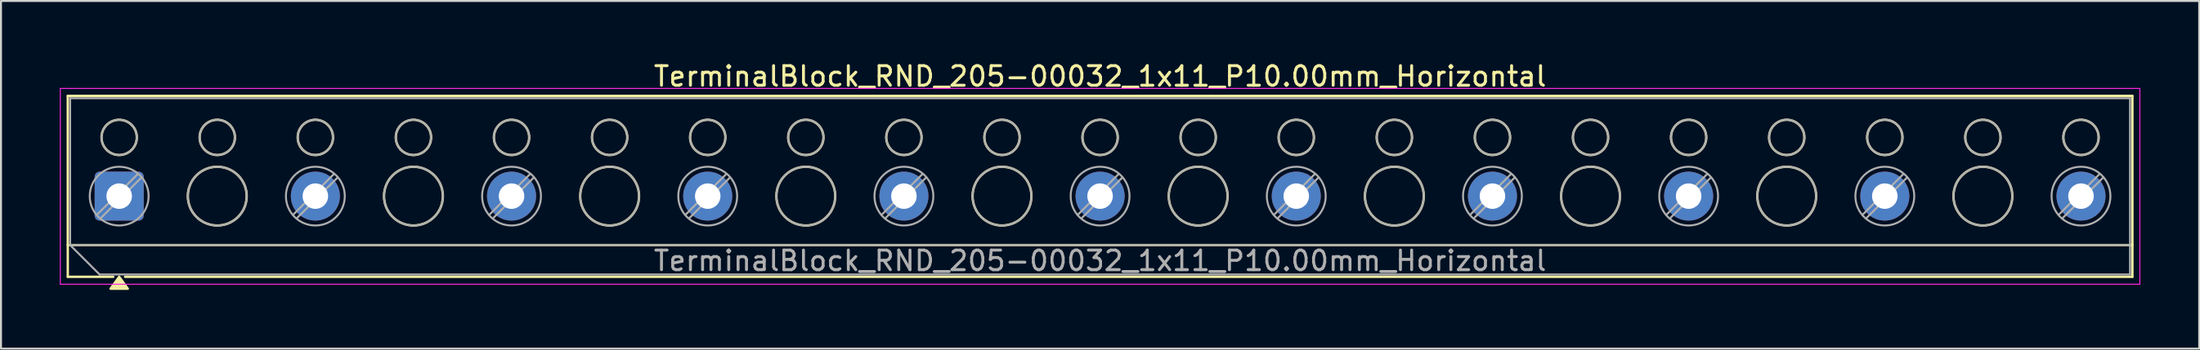
<source format=kicad_pcb>
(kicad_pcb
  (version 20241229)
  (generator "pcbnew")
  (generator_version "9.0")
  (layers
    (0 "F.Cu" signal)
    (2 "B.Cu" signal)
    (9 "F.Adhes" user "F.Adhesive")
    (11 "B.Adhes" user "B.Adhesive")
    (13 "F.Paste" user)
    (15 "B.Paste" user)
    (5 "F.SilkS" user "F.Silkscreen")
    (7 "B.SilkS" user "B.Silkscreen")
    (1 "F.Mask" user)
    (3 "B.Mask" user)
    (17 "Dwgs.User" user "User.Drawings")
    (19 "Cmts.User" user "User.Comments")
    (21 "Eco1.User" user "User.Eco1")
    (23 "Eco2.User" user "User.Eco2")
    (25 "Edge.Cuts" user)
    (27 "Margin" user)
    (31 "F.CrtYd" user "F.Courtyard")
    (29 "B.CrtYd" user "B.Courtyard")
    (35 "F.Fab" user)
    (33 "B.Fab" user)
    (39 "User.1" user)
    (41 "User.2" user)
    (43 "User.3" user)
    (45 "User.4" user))
  (footprint "TerminalBlock_RND_205-00032_1x11_P10.00mm_Horizontal"
    (layer "F.Cu")
    (at 3.025 6.968)
    (property "Reference" "TerminalBlock_RND_205-00032_1x11_P10.00mm_Horizontal" (at 50 -6.12 0) (layer "F.SilkS") (effects (font (size 1 1) (thickness 0.15))))
    (attr through_hole)
    (fp_line (start -2.62 -5.12) (end -2.62 4.12) (stroke (width 0.12) (type solid)) (layer "F.SilkS"))
    (fp_line (start -2.62 -5.12) (end 102.62 -5.12) (stroke (width 0.12) (type solid)) (layer "F.SilkS"))
    (fp_line (start -2.62 2.5) (end 102.62 2.5) (stroke (width 0.12) (type solid)) (layer "F.SilkS"))
    (fp_line (start -2.62 4.12) (end -0.3 4.12) (stroke (width 0.12) (type solid)) (layer "F.SilkS"))
    (fp_line (start 0.3 4.12) (end 102.62 4.12) (stroke (width 0.12) (type solid)) (layer "F.SilkS"))
    (fp_line (start 102.62 -5.12) (end 102.62 4.12) (stroke (width 0.12) (type solid)) (layer "F.SilkS"))
    (fp_circle (center 0 -3) (end 0.9 -3) (stroke (width 0.12) (type solid)) (fill no) (layer "F.SilkS"))
    (fp_circle (center 5 -3) (end 5.9 -3) (stroke (width 0.12) (type solid)) (fill no) (layer "F.SilkS"))
    (fp_circle (center 5 0) (end 6.5 0) (stroke (width 0.12) (type solid)) (fill no) (layer "F.SilkS"))
    (fp_circle (center 10 -3) (end 10.9 -3) (stroke (width 0.12) (type solid)) (fill no) (layer "F.SilkS"))
    (fp_circle (center 15 -3) (end 15.9 -3) (stroke (width 0.12) (type solid)) (fill no) (layer "F.SilkS"))
    (fp_circle (center 15 0) (end 16.5 0) (stroke (width 0.12) (type solid)) (fill no) (layer "F.SilkS"))
    (fp_circle (center 20 -3) (end 20.9 -3) (stroke (width 0.12) (type solid)) (fill no) (layer "F.SilkS"))
    (fp_circle (center 25 -3) (end 25.9 -3) (stroke (width 0.12) (type solid)) (fill no) (layer "F.SilkS"))
    (fp_circle (center 25 0) (end 26.5 0) (stroke (width 0.12) (type solid)) (fill no) (layer "F.SilkS"))
    (fp_circle (center 30 -3) (end 30.9 -3) (stroke (width 0.12) (type solid)) (fill no) (layer "F.SilkS"))
    (fp_circle (center 35 -3) (end 35.9 -3) (stroke (width 0.12) (type solid)) (fill no) (layer "F.SilkS"))
    (fp_circle (center 35 0) (end 36.5 0) (stroke (width 0.12) (type solid)) (fill no) (layer "F.SilkS"))
    (fp_circle (center 40 -3) (end 40.9 -3) (stroke (width 0.12) (type solid)) (fill no) (layer "F.SilkS"))
    (fp_circle (center 45 -3) (end 45.9 -3) (stroke (width 0.12) (type solid)) (fill no) (layer "F.SilkS"))
    (fp_circle (center 45 0) (end 46.5 0) (stroke (width 0.12) (type solid)) (fill no) (layer "F.SilkS"))
    (fp_circle (center 50 -3) (end 50.9 -3) (stroke (width 0.12) (type solid)) (fill no) (layer "F.SilkS"))
    (fp_circle (center 55 -3) (end 55.9 -3) (stroke (width 0.12) (type solid)) (fill no) (layer "F.SilkS"))
    (fp_circle (center 55 0) (end 56.5 0) (stroke (width 0.12) (type solid)) (fill no) (layer "F.SilkS"))
    (fp_circle (center 60 -3) (end 60.9 -3) (stroke (width 0.12) (type solid)) (fill no) (layer "F.SilkS"))
    (fp_circle (center 65 -3) (end 65.9 -3) (stroke (width 0.12) (type solid)) (fill no) (layer "F.SilkS"))
    (fp_circle (center 65 0) (end 66.5 0) (stroke (width 0.12) (type solid)) (fill no) (layer "F.SilkS"))
    (fp_circle (center 70 -3) (end 70.9 -3) (stroke (width 0.12) (type solid)) (fill no) (layer "F.SilkS"))
    (fp_circle (center 75 -3) (end 75.9 -3) (stroke (width 0.12) (type solid)) (fill no) (layer "F.SilkS"))
    (fp_circle (center 75 0) (end 76.5 0) (stroke (width 0.12) (type solid)) (fill no) (layer "F.SilkS"))
    (fp_circle (center 80 -3) (end 80.9 -3) (stroke (width 0.12) (type solid)) (fill no) (layer "F.SilkS"))
    (fp_circle (center 85 -3) (end 85.9 -3) (stroke (width 0.12) (type solid)) (fill no) (layer "F.SilkS"))
    (fp_circle (center 85 0) (end 86.5 0) (stroke (width 0.12) (type solid)) (fill no) (layer "F.SilkS"))
    (fp_circle (center 90 -3) (end 90.9 -3) (stroke (width 0.12) (type solid)) (fill no) (layer "F.SilkS"))
    (fp_circle (center 95 -3) (end 95.9 -3) (stroke (width 0.12) (type solid)) (fill no) (layer "F.SilkS"))
    (fp_circle (center 95 0) (end 96.5 0) (stroke (width 0.12) (type solid)) (fill no) (layer "F.SilkS"))
    (fp_circle (center 100 -3) (end 100.9 -3) (stroke (width 0.12) (type solid)) (fill no) (layer "F.SilkS"))
    (fp_poly (pts (xy 0 4.12) (xy 0.44 4.73) (xy -0.44 4.73)) (stroke (width 0.12) (type solid)) (fill yes) (layer "F.SilkS"))
    (fp_line (start -3 -5.5) (end -3 4.5) (stroke (width 0.05) (type solid)) (layer "F.CrtYd"))
    (fp_line (start -3 4.5) (end 103 4.5) (stroke (width 0.05) (type solid)) (layer "F.CrtYd"))
    (fp_line (start 103 -5.5) (end -3 -5.5) (stroke (width 0.05) (type solid)) (layer "F.CrtYd"))
    (fp_line (start 103 4.5) (end 103 -5.5) (stroke (width 0.05) (type solid)) (layer "F.CrtYd"))
    (fp_line (start -2.5 -5) (end 102.5 -5) (stroke (width 0.1) (type solid)) (layer "F.Fab"))
    (fp_line (start -2.5 2.5) (end -2.5 -5) (stroke (width 0.1) (type solid)) (layer "F.Fab"))
    (fp_line (start -2.5 2.5) (end 102.5 2.5) (stroke (width 0.1) (type solid)) (layer "F.Fab"))
    (fp_line (start -1 4) (end -2.5 2.5) (stroke (width 0.1) (type solid)) (layer "F.Fab"))
    (fp_line (start 0.955 -1.138) (end -1.138 0.955) (stroke (width 0.1) (type solid)) (layer "F.Fab"))
    (fp_line (start 1.138 -0.955) (end -0.955 1.138) (stroke (width 0.1) (type solid)) (layer "F.Fab"))
    (fp_line (start 10.955 -1.138) (end 8.862 0.955) (stroke (width 0.1) (type solid)) (layer "F.Fab"))
    (fp_line (start 11.138 -0.955) (end 9.045 1.138) (stroke (width 0.1) (type solid)) (layer "F.Fab"))
    (fp_line (start 20.955 -1.138) (end 18.862 0.955) (stroke (width 0.1) (type solid)) (layer "F.Fab"))
    (fp_line (start 21.138 -0.955) (end 19.045 1.138) (stroke (width 0.1) (type solid)) (layer "F.Fab"))
    (fp_line (start 30.955 -1.138) (end 28.862 0.955) (stroke (width 0.1) (type solid)) (layer "F.Fab"))
    (fp_line (start 31.138 -0.955) (end 29.045 1.138) (stroke (width 0.1) (type solid)) (layer "F.Fab"))
    (fp_line (start 40.955 -1.138) (end 38.862 0.955) (stroke (width 0.1) (type solid)) (layer "F.Fab"))
    (fp_line (start 41.138 -0.955) (end 39.045 1.138) (stroke (width 0.1) (type solid)) (layer "F.Fab"))
    (fp_line (start 50.955 -1.138) (end 48.862 0.955) (stroke (width 0.1) (type solid)) (layer "F.Fab"))
    (fp_line (start 51.138 -0.955) (end 49.045 1.138) (stroke (width 0.1) (type solid)) (layer "F.Fab"))
    (fp_line (start 60.955 -1.138) (end 58.862 0.955) (stroke (width 0.1) (type solid)) (layer "F.Fab"))
    (fp_line (start 61.138 -0.955) (end 59.045 1.138) (stroke (width 0.1) (type solid)) (layer "F.Fab"))
    (fp_line (start 70.955 -1.138) (end 68.862 0.955) (stroke (width 0.1) (type solid)) (layer "F.Fab"))
    (fp_line (start 71.138 -0.955) (end 69.045 1.138) (stroke (width 0.1) (type solid)) (layer "F.Fab"))
    (fp_line (start 80.955 -1.138) (end 78.862 0.955) (stroke (width 0.1) (type solid)) (layer "F.Fab"))
    (fp_line (start 81.138 -0.955) (end 79.045 1.138) (stroke (width 0.1) (type solid)) (layer "F.Fab"))
    (fp_line (start 90.955 -1.138) (end 88.862 0.955) (stroke (width 0.1) (type solid)) (layer "F.Fab"))
    (fp_line (start 91.138 -0.955) (end 89.045 1.138) (stroke (width 0.1) (type solid)) (layer "F.Fab"))
    (fp_line (start 100.955 -1.138) (end 98.862 0.955) (stroke (width 0.1) (type solid)) (layer "F.Fab"))
    (fp_line (start 101.138 -0.955) (end 99.045 1.138) (stroke (width 0.1) (type solid)) (layer "F.Fab"))
    (fp_line (start 102.5 -5) (end 102.5 4) (stroke (width 0.1) (type solid)) (layer "F.Fab"))
    (fp_line (start 102.5 4) (end -1 4) (stroke (width 0.1) (type solid)) (layer "F.Fab"))
    (fp_circle (center 0 -3) (end 0.9 -3) (stroke (width 0.1) (type solid)) (fill no) (layer "F.Fab"))
    (fp_circle (center 0 0) (end 1.5 0) (stroke (width 0.1) (type solid)) (fill no) (layer "F.Fab"))
    (fp_circle (center 5 -3) (end 5.9 -3) (stroke (width 0.1) (type solid)) (fill no) (layer "F.Fab"))
    (fp_circle (center 5 0) (end 6.5 0) (stroke (width 0.1) (type solid)) (fill no) (layer "F.Fab"))
    (fp_circle (center 10 -3) (end 10.9 -3) (stroke (width 0.1) (type solid)) (fill no) (layer "F.Fab"))
    (fp_circle (center 10 0) (end 11.5 0) (stroke (width 0.1) (type solid)) (fill no) (layer "F.Fab"))
    (fp_circle (center 15 -3) (end 15.9 -3) (stroke (width 0.1) (type solid)) (fill no) (layer "F.Fab"))
    (fp_circle (center 15 0) (end 16.5 0) (stroke (width 0.1) (type solid)) (fill no) (layer "F.Fab"))
    (fp_circle (center 20 -3) (end 20.9 -3) (stroke (width 0.1) (type solid)) (fill no) (layer "F.Fab"))
    (fp_circle (center 20 0) (end 21.5 0) (stroke (width 0.1) (type solid)) (fill no) (layer "F.Fab"))
    (fp_circle (center 25 -3) (end 25.9 -3) (stroke (width 0.1) (type solid)) (fill no) (layer "F.Fab"))
    (fp_circle (center 25 0) (end 26.5 0) (stroke (width 0.1) (type solid)) (fill no) (layer "F.Fab"))
    (fp_circle (center 30 -3) (end 30.9 -3) (stroke (width 0.1) (type solid)) (fill no) (layer "F.Fab"))
    (fp_circle (center 30 0) (end 31.5 0) (stroke (width 0.1) (type solid)) (fill no) (layer "F.Fab"))
    (fp_circle (center 35 -3) (end 35.9 -3) (stroke (width 0.1) (type solid)) (fill no) (layer "F.Fab"))
    (fp_circle (center 35 0) (end 36.5 0) (stroke (width 0.1) (type solid)) (fill no) (layer "F.Fab"))
    (fp_circle (center 40 -3) (end 40.9 -3) (stroke (width 0.1) (type solid)) (fill no) (layer "F.Fab"))
    (fp_circle (center 40 0) (end 41.5 0) (stroke (width 0.1) (type solid)) (fill no) (layer "F.Fab"))
    (fp_circle (center 45 -3) (end 45.9 -3) (stroke (width 0.1) (type solid)) (fill no) (layer "F.Fab"))
    (fp_circle (center 45 0) (end 46.5 0) (stroke (width 0.1) (type solid)) (fill no) (layer "F.Fab"))
    (fp_circle (center 50 -3) (end 50.9 -3) (stroke (width 0.1) (type solid)) (fill no) (layer "F.Fab"))
    (fp_circle (center 50 0) (end 51.5 0) (stroke (width 0.1) (type solid)) (fill no) (layer "F.Fab"))
    (fp_circle (center 55 -3) (end 55.9 -3) (stroke (width 0.1) (type solid)) (fill no) (layer "F.Fab"))
    (fp_circle (center 55 0) (end 56.5 0) (stroke (width 0.1) (type solid)) (fill no) (layer "F.Fab"))
    (fp_circle (center 60 -3) (end 60.9 -3) (stroke (width 0.1) (type solid)) (fill no) (layer "F.Fab"))
    (fp_circle (center 60 0) (end 61.5 0) (stroke (width 0.1) (type solid)) (fill no) (layer "F.Fab"))
    (fp_circle (center 65 -3) (end 65.9 -3) (stroke (width 0.1) (type solid)) (fill no) (layer "F.Fab"))
    (fp_circle (center 65 0) (end 66.5 0) (stroke (width 0.1) (type solid)) (fill no) (layer "F.Fab"))
    (fp_circle (center 70 -3) (end 70.9 -3) (stroke (width 0.1) (type solid)) (fill no) (layer "F.Fab"))
    (fp_circle (center 70 0) (end 71.5 0) (stroke (width 0.1) (type solid)) (fill no) (layer "F.Fab"))
    (fp_circle (center 75 -3) (end 75.9 -3) (stroke (width 0.1) (type solid)) (fill no) (layer "F.Fab"))
    (fp_circle (center 75 0) (end 76.5 0) (stroke (width 0.1) (type solid)) (fill no) (layer "F.Fab"))
    (fp_circle (center 80 -3) (end 80.9 -3) (stroke (width 0.1) (type solid)) (fill no) (layer "F.Fab"))
    (fp_circle (center 80 0) (end 81.5 0) (stroke (width 0.1) (type solid)) (fill no) (layer "F.Fab"))
    (fp_circle (center 85 -3) (end 85.9 -3) (stroke (width 0.1) (type solid)) (fill no) (layer "F.Fab"))
    (fp_circle (center 85 0) (end 86.5 0) (stroke (width 0.1) (type solid)) (fill no) (layer "F.Fab"))
    (fp_circle (center 90 -3) (end 90.9 -3) (stroke (width 0.1) (type solid)) (fill no) (layer "F.Fab"))
    (fp_circle (center 90 0) (end 91.5 0) (stroke (width 0.1) (type solid)) (fill no) (layer "F.Fab"))
    (fp_circle (center 95 -3) (end 95.9 -3) (stroke (width 0.1) (type solid)) (fill no) (layer "F.Fab"))
    (fp_circle (center 95 0) (end 96.5 0) (stroke (width 0.1) (type solid)) (fill no) (layer "F.Fab"))
    (fp_circle (center 100 -3) (end 100.9 -3) (stroke (width 0.1) (type solid)) (fill no) (layer "F.Fab"))
    (fp_circle (center 100 0) (end 101.5 0) (stroke (width 0.1) (type solid)) (fill no) (layer "F.Fab"))
    (fp_text user "${REFERENCE}" (at 50 3.3 0) (layer "F.Fab") (effects (font (size 1 1) (thickness 0.15))))
    (pad "1" thru_hole roundrect (at 0 0) (size 2.5 2.5) (drill 1.3) (layers "*.Cu" "*.Mask") (roundrect_rratio 0.1))
    (pad "2" thru_hole circle (at 10 0) (size 2.5 2.5) (drill 1.3) (layers "*.Cu" "*.Mask"))
    (pad "3" thru_hole circle (at 20 0) (size 2.5 2.5) (drill 1.3) (layers "*.Cu" "*.Mask"))
    (pad "4" thru_hole circle (at 30 0) (size 2.5 2.5) (drill 1.3) (layers "*.Cu" "*.Mask"))
    (pad "5" thru_hole circle (at 40 0) (size 2.5 2.5) (drill 1.3) (layers "*.Cu" "*.Mask"))
    (pad "6" thru_hole circle (at 50 0) (size 2.5 2.5) (drill 1.3) (layers "*.Cu" "*.Mask"))
    (pad "7" thru_hole circle (at 60 0) (size 2.5 2.5) (drill 1.3) (layers "*.Cu" "*.Mask"))
    (pad "8" thru_hole circle (at 70 0) (size 2.5 2.5) (drill 1.3) (layers "*.Cu" "*.Mask"))
    (pad "9" thru_hole circle (at 80 0) (size 2.5 2.5) (drill 1.3) (layers "*.Cu" "*.Mask"))
    (pad "10" thru_hole circle (at 90 0) (size 2.5 2.5) (drill 1.3) (layers "*.Cu" "*.Mask"))
    (pad "11" thru_hole circle (at 100 0) (size 2.5 2.5) (drill 1.3) (layers "*.Cu" "*.Mask")))
  (gr_rect
    (start -3 -3)
    (end 109.05 14.758)
    (stroke (width 0.1) (type default))
    (fill no)
    (layer "Edge.Cuts")))
</source>
